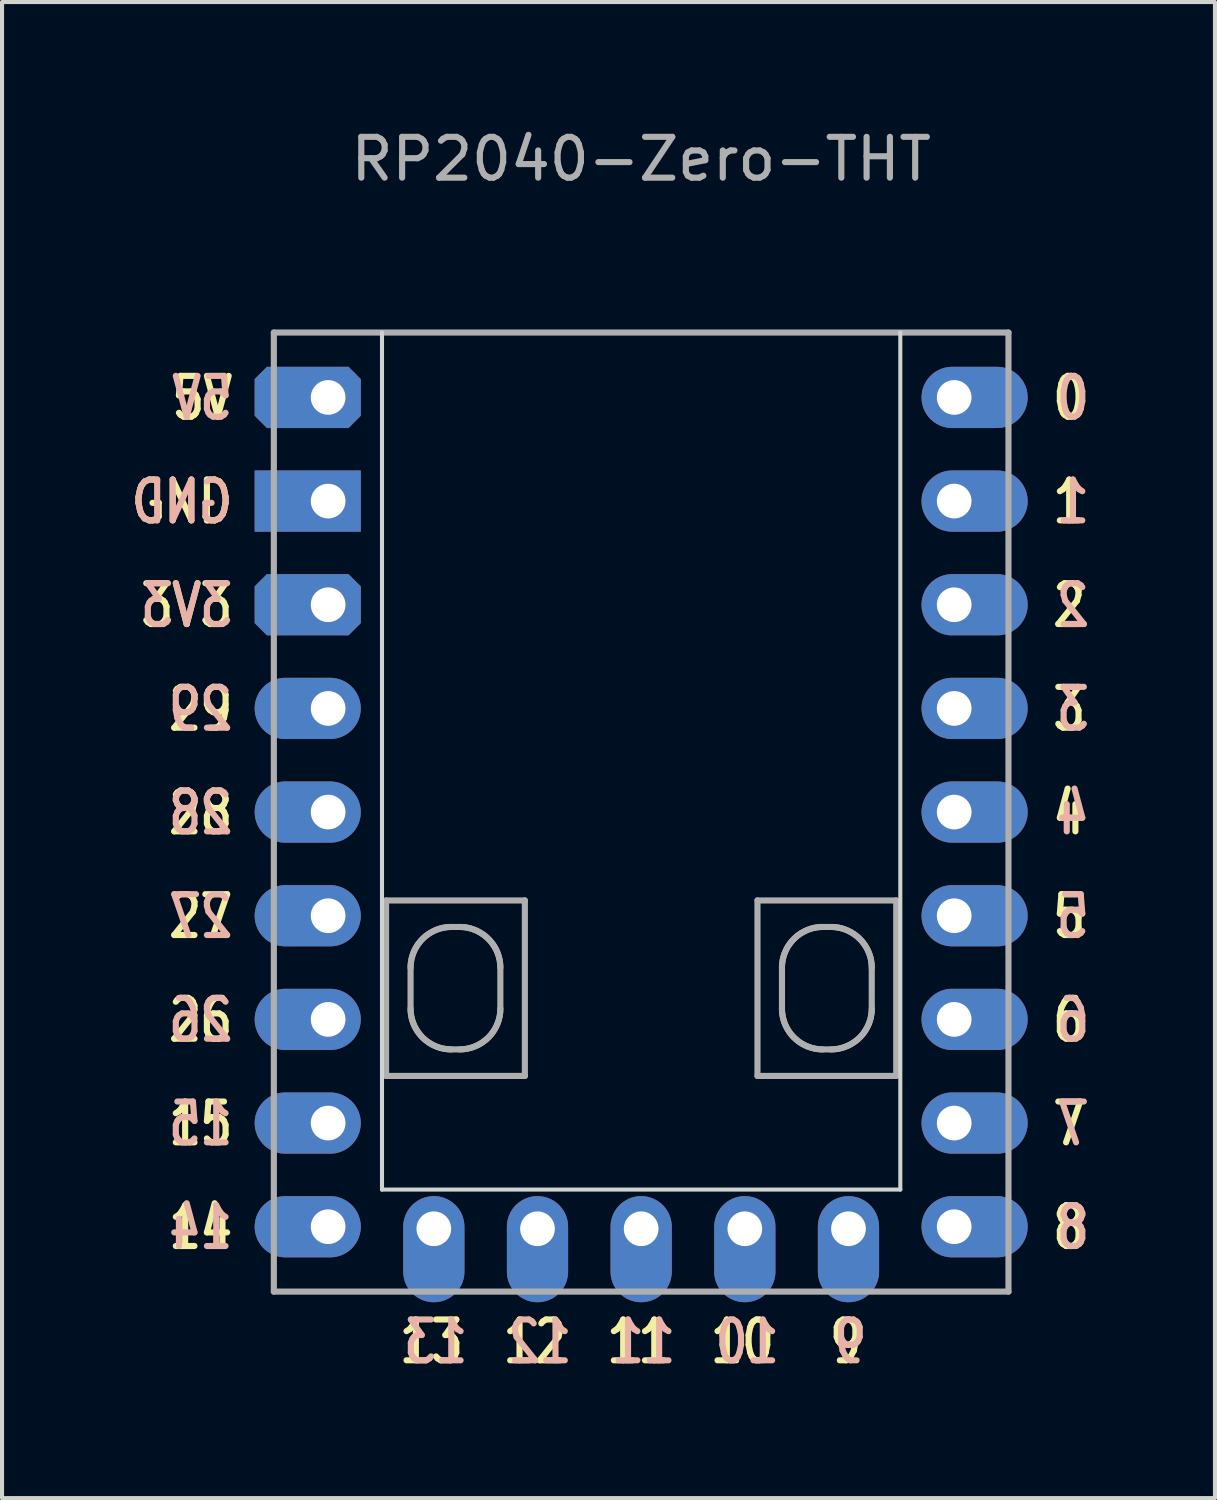
<source format=kicad_pcb>
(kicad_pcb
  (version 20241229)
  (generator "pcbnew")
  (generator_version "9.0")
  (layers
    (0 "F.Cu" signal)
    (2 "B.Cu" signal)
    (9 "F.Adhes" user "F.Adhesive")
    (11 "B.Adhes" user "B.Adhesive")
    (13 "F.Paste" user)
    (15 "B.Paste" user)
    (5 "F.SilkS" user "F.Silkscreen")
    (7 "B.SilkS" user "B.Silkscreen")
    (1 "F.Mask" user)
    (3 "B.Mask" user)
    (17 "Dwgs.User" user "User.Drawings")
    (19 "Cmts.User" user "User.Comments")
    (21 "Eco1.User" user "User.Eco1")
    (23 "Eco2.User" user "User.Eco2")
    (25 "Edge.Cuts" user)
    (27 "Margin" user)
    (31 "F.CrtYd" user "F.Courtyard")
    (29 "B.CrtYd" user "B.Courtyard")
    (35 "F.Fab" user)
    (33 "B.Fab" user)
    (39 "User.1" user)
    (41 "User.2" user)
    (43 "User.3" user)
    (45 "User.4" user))
  (footprint "RP2040-Zero-THT"
    (layer "F.Cu")
    (at 12.66 16.848)
    (property "Reference" "RP2040-Zero-THT" (at 0 -16 0) (layer "F.Fab") (effects (font (size 1 1) (thickness 0.15))))
    (attr through_hole exclude_from_pos_files)
    (fp_line (start -6.35 -11.75) (end -6.35 9.25) (stroke (width 0.1) (type solid)) (layer "Edge.Cuts"))
    (fp_line (start -6.35 9.25) (end 6.35 9.25) (stroke (width 0.1) (type solid)) (layer "Edge.Cuts"))
    (fp_line (start 6.35 9.25) (end 6.35 -11.75) (stroke (width 0.1) (type solid)) (layer "Edge.Cuts"))
    (fp_line (start -9 -11.75) (end 9 -11.75) (stroke (width 0.15) (type default)) (layer "F.Fab"))
    (fp_line (start -9 11.75) (end -9 -11.75) (stroke (width 0.15) (type default)) (layer "F.Fab"))
    (fp_line (start -9 11.75) (end 9 11.75) (stroke (width 0.15) (type default)) (layer "F.Fab"))
    (fp_line (start -6.25 2.165) (end -2.85 2.165) (stroke (width 0.15) (type default)) (layer "F.Fab"))
    (fp_line (start -6.25 6.465) (end -6.25 2.165) (stroke (width 0.15) (type default)) (layer "F.Fab"))
    (fp_line (start -5.65 3.815) (end -5.649 3.763) (stroke (width 0.15) (type default)) (layer "F.Fab"))
    (fp_line (start -5.65 4.815) (end -5.65 3.815) (stroke (width 0.15) (type default)) (layer "F.Fab"))
    (fp_line (start -5.649 3.763) (end -5.645 3.713) (stroke (width 0.15) (type default)) (layer "F.Fab"))
    (fp_line (start -5.649 4.866) (end -5.65 4.815) (stroke (width 0.15) (type default)) (layer "F.Fab"))
    (fp_line (start -5.645 3.713) (end -5.638 3.663) (stroke (width 0.15) (type default)) (layer "F.Fab"))
    (fp_line (start -5.645 4.917) (end -5.649 4.866) (stroke (width 0.15) (type default)) (layer "F.Fab"))
    (fp_line (start -5.638 3.663) (end -5.63 3.613) (stroke (width 0.15) (type default)) (layer "F.Fab"))
    (fp_line (start -5.638 4.967) (end -5.645 4.917) (stroke (width 0.15) (type default)) (layer "F.Fab"))
    (fp_line (start -5.63 3.613) (end -5.618 3.565) (stroke (width 0.15) (type default)) (layer "F.Fab"))
    (fp_line (start -5.63 5.016) (end -5.638 4.967) (stroke (width 0.15) (type default)) (layer "F.Fab"))
    (fp_line (start -5.618 3.565) (end -5.605 3.518) (stroke (width 0.15) (type default)) (layer "F.Fab"))
    (fp_line (start -5.618 5.065) (end -5.63 5.016) (stroke (width 0.15) (type default)) (layer "F.Fab"))
    (fp_line (start -5.605 3.518) (end -5.589 3.471) (stroke (width 0.15) (type default)) (layer "F.Fab"))
    (fp_line (start -5.605 5.112) (end -5.618 5.065) (stroke (width 0.15) (type default)) (layer "F.Fab"))
    (fp_line (start -5.589 3.471) (end -5.571 3.426) (stroke (width 0.15) (type default)) (layer "F.Fab"))
    (fp_line (start -5.589 5.159) (end -5.605 5.112) (stroke (width 0.15) (type default)) (layer "F.Fab"))
    (fp_line (start -5.571 3.426) (end -5.551 3.381) (stroke (width 0.15) (type default)) (layer "F.Fab"))
    (fp_line (start -5.571 5.204) (end -5.589 5.159) (stroke (width 0.15) (type default)) (layer "F.Fab"))
    (fp_line (start -5.551 3.381) (end -5.529 3.338) (stroke (width 0.15) (type default)) (layer "F.Fab"))
    (fp_line (start -5.551 5.248) (end -5.571 5.204) (stroke (width 0.15) (type default)) (layer "F.Fab"))
    (fp_line (start -5.529 3.338) (end -5.505 3.296) (stroke (width 0.15) (type default)) (layer "F.Fab"))
    (fp_line (start -5.529 5.291) (end -5.551 5.248) (stroke (width 0.15) (type default)) (layer "F.Fab"))
    (fp_line (start -5.505 3.296) (end -5.479 3.256) (stroke (width 0.15) (type default)) (layer "F.Fab"))
    (fp_line (start -5.505 5.333) (end -5.529 5.291) (stroke (width 0.15) (type default)) (layer "F.Fab"))
    (fp_line (start -5.479 3.256) (end -5.451 3.217) (stroke (width 0.15) (type default)) (layer "F.Fab"))
    (fp_line (start -5.479 5.374) (end -5.505 5.333) (stroke (width 0.15) (type default)) (layer "F.Fab"))
    (fp_line (start -5.451 3.217) (end -5.421 3.179) (stroke (width 0.15) (type default)) (layer "F.Fab"))
    (fp_line (start -5.451 5.413) (end -5.479 5.374) (stroke (width 0.15) (type default)) (layer "F.Fab"))
    (fp_line (start -5.421 3.179) (end -5.39 3.143) (stroke (width 0.15) (type default)) (layer "F.Fab"))
    (fp_line (start -5.421 5.451) (end -5.451 5.413) (stroke (width 0.15) (type default)) (layer "F.Fab"))
    (fp_line (start -5.39 3.143) (end -5.357 3.108) (stroke (width 0.15) (type default)) (layer "F.Fab"))
    (fp_line (start -5.39 5.487) (end -5.421 5.451) (stroke (width 0.15) (type default)) (layer "F.Fab"))
    (fp_line (start -5.357 3.108) (end -5.322 3.075) (stroke (width 0.15) (type default)) (layer "F.Fab"))
    (fp_line (start -5.357 5.522) (end -5.39 5.487) (stroke (width 0.15) (type default)) (layer "F.Fab"))
    (fp_line (start -5.322 3.075) (end -5.286 3.043) (stroke (width 0.15) (type default)) (layer "F.Fab"))
    (fp_line (start -5.322 5.555) (end -5.357 5.522) (stroke (width 0.15) (type default)) (layer "F.Fab"))
    (fp_line (start -5.286 3.043) (end -5.248 3.014) (stroke (width 0.15) (type default)) (layer "F.Fab"))
    (fp_line (start -5.286 5.586) (end -5.322 5.555) (stroke (width 0.15) (type default)) (layer "F.Fab"))
    (fp_line (start -5.248 3.014) (end -5.209 2.986) (stroke (width 0.15) (type default)) (layer "F.Fab"))
    (fp_line (start -5.248 5.616) (end -5.286 5.586) (stroke (width 0.15) (type default)) (layer "F.Fab"))
    (fp_line (start -5.209 2.986) (end -5.168 2.96) (stroke (width 0.15) (type default)) (layer "F.Fab"))
    (fp_line (start -5.209 5.644) (end -5.248 5.616) (stroke (width 0.15) (type default)) (layer "F.Fab"))
    (fp_line (start -5.168 2.96) (end -5.126 2.936) (stroke (width 0.15) (type default)) (layer "F.Fab"))
    (fp_line (start -5.168 5.67) (end -5.209 5.644) (stroke (width 0.15) (type default)) (layer "F.Fab"))
    (fp_line (start -5.126 2.936) (end -5.083 2.914) (stroke (width 0.15) (type default)) (layer "F.Fab"))
    (fp_line (start -5.126 5.694) (end -5.168 5.67) (stroke (width 0.15) (type default)) (layer "F.Fab"))
    (fp_line (start -5.083 2.914) (end -5.039 2.893) (stroke (width 0.15) (type default)) (layer "F.Fab"))
    (fp_line (start -5.083 5.716) (end -5.126 5.694) (stroke (width 0.15) (type default)) (layer "F.Fab"))
    (fp_line (start -5.039 2.893) (end -4.994 2.876) (stroke (width 0.15) (type default)) (layer "F.Fab"))
    (fp_line (start -5.039 5.736) (end -5.083 5.716) (stroke (width 0.15) (type default)) (layer "F.Fab"))
    (fp_line (start -4.994 2.876) (end -4.947 2.86) (stroke (width 0.15) (type default)) (layer "F.Fab"))
    (fp_line (start -4.994 5.754) (end -5.039 5.736) (stroke (width 0.15) (type default)) (layer "F.Fab"))
    (fp_line (start -4.947 2.86) (end -4.9 2.846) (stroke (width 0.15) (type default)) (layer "F.Fab"))
    (fp_line (start -4.947 5.77) (end -4.994 5.754) (stroke (width 0.15) (type default)) (layer "F.Fab"))
    (fp_line (start -4.9 2.846) (end -4.851 2.835) (stroke (width 0.15) (type default)) (layer "F.Fab"))
    (fp_line (start -4.9 5.783) (end -4.947 5.77) (stroke (width 0.15) (type default)) (layer "F.Fab"))
    (fp_line (start -4.851 2.835) (end -4.802 2.826) (stroke (width 0.15) (type default)) (layer "F.Fab"))
    (fp_line (start -4.851 5.795) (end -4.9 5.783) (stroke (width 0.15) (type default)) (layer "F.Fab"))
    (fp_line (start -4.802 2.826) (end -4.752 2.82) (stroke (width 0.15) (type default)) (layer "F.Fab"))
    (fp_line (start -4.802 5.803) (end -4.851 5.795) (stroke (width 0.15) (type default)) (layer "F.Fab"))
    (fp_line (start -4.752 2.82) (end -4.701 2.816) (stroke (width 0.15) (type default)) (layer "F.Fab"))
    (fp_line (start -4.752 5.81) (end -4.802 5.803) (stroke (width 0.15) (type default)) (layer "F.Fab"))
    (fp_line (start -4.701 2.816) (end -4.65 2.815) (stroke (width 0.15) (type default)) (layer "F.Fab"))
    (fp_line (start -4.701 5.814) (end -4.752 5.81) (stroke (width 0.15) (type default)) (layer "F.Fab"))
    (fp_line (start -4.65 2.815) (end -4.45 2.815) (stroke (width 0.15) (type default)) (layer "F.Fab"))
    (fp_line (start -4.65 5.815) (end -4.701 5.814) (stroke (width 0.15) (type default)) (layer "F.Fab"))
    (fp_line (start -4.45 2.815) (end -4.399 2.816) (stroke (width 0.15) (type default)) (layer "F.Fab"))
    (fp_line (start -4.45 5.815) (end -4.65 5.815) (stroke (width 0.15) (type default)) (layer "F.Fab"))
    (fp_line (start -4.399 2.816) (end -4.348 2.82) (stroke (width 0.15) (type default)) (layer "F.Fab"))
    (fp_line (start -4.399 5.814) (end -4.45 5.815) (stroke (width 0.15) (type default)) (layer "F.Fab"))
    (fp_line (start -4.348 2.82) (end -4.298 2.826) (stroke (width 0.15) (type default)) (layer "F.Fab"))
    (fp_line (start -4.348 5.81) (end -4.399 5.814) (stroke (width 0.15) (type default)) (layer "F.Fab"))
    (fp_line (start -4.298 2.826) (end -4.248 2.835) (stroke (width 0.15) (type default)) (layer "F.Fab"))
    (fp_line (start -4.298 5.803) (end -4.348 5.81) (stroke (width 0.15) (type default)) (layer "F.Fab"))
    (fp_line (start -4.248 2.835) (end -4.2 2.846) (stroke (width 0.15) (type default)) (layer "F.Fab"))
    (fp_line (start -4.248 5.795) (end -4.298 5.803) (stroke (width 0.15) (type default)) (layer "F.Fab"))
    (fp_line (start -4.2 2.846) (end -4.153 2.86) (stroke (width 0.15) (type default)) (layer "F.Fab"))
    (fp_line (start -4.2 5.783) (end -4.248 5.795) (stroke (width 0.15) (type default)) (layer "F.Fab"))
    (fp_line (start -4.153 2.86) (end -4.106 2.876) (stroke (width 0.15) (type default)) (layer "F.Fab"))
    (fp_line (start -4.153 5.77) (end -4.2 5.783) (stroke (width 0.15) (type default)) (layer "F.Fab"))
    (fp_line (start -4.106 2.876) (end -4.061 2.893) (stroke (width 0.15) (type default)) (layer "F.Fab"))
    (fp_line (start -4.106 5.754) (end -4.153 5.77) (stroke (width 0.15) (type default)) (layer "F.Fab"))
    (fp_line (start -4.061 2.893) (end -4.017 2.914) (stroke (width 0.15) (type default)) (layer "F.Fab"))
    (fp_line (start -4.061 5.736) (end -4.106 5.754) (stroke (width 0.15) (type default)) (layer "F.Fab"))
    (fp_line (start -4.017 2.914) (end -3.974 2.936) (stroke (width 0.15) (type default)) (layer "F.Fab"))
    (fp_line (start -4.017 5.716) (end -4.061 5.736) (stroke (width 0.15) (type default)) (layer "F.Fab"))
    (fp_line (start -3.974 2.936) (end -3.932 2.96) (stroke (width 0.15) (type default)) (layer "F.Fab"))
    (fp_line (start -3.974 5.694) (end -4.017 5.716) (stroke (width 0.15) (type default)) (layer "F.Fab"))
    (fp_line (start -3.932 2.96) (end -3.891 2.986) (stroke (width 0.15) (type default)) (layer "F.Fab"))
    (fp_line (start -3.932 5.67) (end -3.974 5.694) (stroke (width 0.15) (type default)) (layer "F.Fab"))
    (fp_line (start -3.891 2.986) (end -3.852 3.014) (stroke (width 0.15) (type default)) (layer "F.Fab"))
    (fp_line (start -3.891 5.644) (end -3.932 5.67) (stroke (width 0.15) (type default)) (layer "F.Fab"))
    (fp_line (start -3.852 3.014) (end -3.814 3.043) (stroke (width 0.15) (type default)) (layer "F.Fab"))
    (fp_line (start -3.852 5.616) (end -3.891 5.644) (stroke (width 0.15) (type default)) (layer "F.Fab"))
    (fp_line (start -3.814 3.043) (end -3.778 3.075) (stroke (width 0.15) (type default)) (layer "F.Fab"))
    (fp_line (start -3.814 5.586) (end -3.852 5.616) (stroke (width 0.15) (type default)) (layer "F.Fab"))
    (fp_line (start -3.778 3.075) (end -3.743 3.108) (stroke (width 0.15) (type default)) (layer "F.Fab"))
    (fp_line (start -3.778 5.555) (end -3.814 5.586) (stroke (width 0.15) (type default)) (layer "F.Fab"))
    (fp_line (start -3.743 3.108) (end -3.71 3.143) (stroke (width 0.15) (type default)) (layer "F.Fab"))
    (fp_line (start -3.743 5.522) (end -3.778 5.555) (stroke (width 0.15) (type default)) (layer "F.Fab"))
    (fp_line (start -3.71 3.143) (end -3.678 3.179) (stroke (width 0.15) (type default)) (layer "F.Fab"))
    (fp_line (start -3.71 5.487) (end -3.743 5.522) (stroke (width 0.15) (type default)) (layer "F.Fab"))
    (fp_line (start -3.678 3.179) (end -3.649 3.217) (stroke (width 0.15) (type default)) (layer "F.Fab"))
    (fp_line (start -3.678 5.451) (end -3.71 5.487) (stroke (width 0.15) (type default)) (layer "F.Fab"))
    (fp_line (start -3.649 3.217) (end -3.621 3.256) (stroke (width 0.15) (type default)) (layer "F.Fab"))
    (fp_line (start -3.649 5.413) (end -3.678 5.451) (stroke (width 0.15) (type default)) (layer "F.Fab"))
    (fp_line (start -3.621 3.256) (end -3.595 3.296) (stroke (width 0.15) (type default)) (layer "F.Fab"))
    (fp_line (start -3.621 5.374) (end -3.649 5.413) (stroke (width 0.15) (type default)) (layer "F.Fab"))
    (fp_line (start -3.595 3.296) (end -3.571 3.338) (stroke (width 0.15) (type default)) (layer "F.Fab"))
    (fp_line (start -3.595 5.333) (end -3.621 5.374) (stroke (width 0.15) (type default)) (layer "F.Fab"))
    (fp_line (start -3.571 3.338) (end -3.549 3.381) (stroke (width 0.15) (type default)) (layer "F.Fab"))
    (fp_line (start -3.571 5.291) (end -3.595 5.333) (stroke (width 0.15) (type default)) (layer "F.Fab"))
    (fp_line (start -3.549 3.381) (end -3.529 3.426) (stroke (width 0.15) (type default)) (layer "F.Fab"))
    (fp_line (start -3.549 5.248) (end -3.571 5.291) (stroke (width 0.15) (type default)) (layer "F.Fab"))
    (fp_line (start -3.529 3.426) (end -3.511 3.471) (stroke (width 0.15) (type default)) (layer "F.Fab"))
    (fp_line (start -3.529 5.204) (end -3.549 5.248) (stroke (width 0.15) (type default)) (layer "F.Fab"))
    (fp_line (start -3.511 3.471) (end -3.495 3.518) (stroke (width 0.15) (type default)) (layer "F.Fab"))
    (fp_line (start -3.511 5.159) (end -3.529 5.204) (stroke (width 0.15) (type default)) (layer "F.Fab"))
    (fp_line (start -3.495 3.518) (end -3.482 3.565) (stroke (width 0.15) (type default)) (layer "F.Fab"))
    (fp_line (start -3.495 5.112) (end -3.511 5.159) (stroke (width 0.15) (type default)) (layer "F.Fab"))
    (fp_line (start -3.482 3.565) (end -3.47 3.613) (stroke (width 0.15) (type default)) (layer "F.Fab"))
    (fp_line (start -3.482 5.065) (end -3.495 5.112) (stroke (width 0.15) (type default)) (layer "F.Fab"))
    (fp_line (start -3.47 3.613) (end -3.462 3.663) (stroke (width 0.15) (type default)) (layer "F.Fab"))
    (fp_line (start -3.47 5.016) (end -3.482 5.065) (stroke (width 0.15) (type default)) (layer "F.Fab"))
    (fp_line (start -3.462 3.663) (end -3.455 3.713) (stroke (width 0.15) (type default)) (layer "F.Fab"))
    (fp_line (start -3.462 4.967) (end -3.47 5.016) (stroke (width 0.15) (type default)) (layer "F.Fab"))
    (fp_line (start -3.455 3.713) (end -3.451 3.763) (stroke (width 0.15) (type default)) (layer "F.Fab"))
    (fp_line (start -3.455 4.917) (end -3.462 4.967) (stroke (width 0.15) (type default)) (layer "F.Fab"))
    (fp_line (start -3.451 3.763) (end -3.45 3.815) (stroke (width 0.15) (type default)) (layer "F.Fab"))
    (fp_line (start -3.451 4.866) (end -3.455 4.917) (stroke (width 0.15) (type default)) (layer "F.Fab"))
    (fp_line (start -3.45 3.815) (end -3.45 4.815) (stroke (width 0.15) (type default)) (layer "F.Fab"))
    (fp_line (start -3.45 4.815) (end -3.451 4.866) (stroke (width 0.15) (type default)) (layer "F.Fab"))
    (fp_line (start -2.85 2.165) (end -2.85 6.465) (stroke (width 0.15) (type default)) (layer "F.Fab"))
    (fp_line (start -2.85 6.465) (end -6.25 6.465) (stroke (width 0.15) (type default)) (layer "F.Fab"))
    (fp_line (start 2.85 2.165) (end 6.25 2.165) (stroke (width 0.15) (type default)) (layer "F.Fab"))
    (fp_line (start 2.85 6.465) (end 2.85 2.165) (stroke (width 0.15) (type default)) (layer "F.Fab"))
    (fp_line (start 3.45 3.815) (end 3.451 3.763) (stroke (width 0.15) (type default)) (layer "F.Fab"))
    (fp_line (start 3.45 4.815) (end 3.45 3.815) (stroke (width 0.15) (type default)) (layer "F.Fab"))
    (fp_line (start 3.451 3.763) (end 3.455 3.713) (stroke (width 0.15) (type default)) (layer "F.Fab"))
    (fp_line (start 3.451 4.866) (end 3.45 4.815) (stroke (width 0.15) (type default)) (layer "F.Fab"))
    (fp_line (start 3.455 3.713) (end 3.462 3.663) (stroke (width 0.15) (type default)) (layer "F.Fab"))
    (fp_line (start 3.455 4.917) (end 3.451 4.866) (stroke (width 0.15) (type default)) (layer "F.Fab"))
    (fp_line (start 3.462 3.663) (end 3.47 3.613) (stroke (width 0.15) (type default)) (layer "F.Fab"))
    (fp_line (start 3.462 4.967) (end 3.455 4.917) (stroke (width 0.15) (type default)) (layer "F.Fab"))
    (fp_line (start 3.47 3.613) (end 3.482 3.565) (stroke (width 0.15) (type default)) (layer "F.Fab"))
    (fp_line (start 3.47 5.016) (end 3.462 4.967) (stroke (width 0.15) (type default)) (layer "F.Fab"))
    (fp_line (start 3.482 3.565) (end 3.495 3.518) (stroke (width 0.15) (type default)) (layer "F.Fab"))
    (fp_line (start 3.482 5.065) (end 3.47 5.016) (stroke (width 0.15) (type default)) (layer "F.Fab"))
    (fp_line (start 3.495 3.518) (end 3.511 3.471) (stroke (width 0.15) (type default)) (layer "F.Fab"))
    (fp_line (start 3.495 5.112) (end 3.482 5.065) (stroke (width 0.15) (type default)) (layer "F.Fab"))
    (fp_line (start 3.511 3.471) (end 3.529 3.426) (stroke (width 0.15) (type default)) (layer "F.Fab"))
    (fp_line (start 3.511 5.159) (end 3.495 5.112) (stroke (width 0.15) (type default)) (layer "F.Fab"))
    (fp_line (start 3.529 3.426) (end 3.549 3.381) (stroke (width 0.15) (type default)) (layer "F.Fab"))
    (fp_line (start 3.529 5.204) (end 3.511 5.159) (stroke (width 0.15) (type default)) (layer "F.Fab"))
    (fp_line (start 3.549 3.381) (end 3.571 3.338) (stroke (width 0.15) (type default)) (layer "F.Fab"))
    (fp_line (start 3.549 5.248) (end 3.529 5.204) (stroke (width 0.15) (type default)) (layer "F.Fab"))
    (fp_line (start 3.571 3.338) (end 3.595 3.296) (stroke (width 0.15) (type default)) (layer "F.Fab"))
    (fp_line (start 3.571 5.291) (end 3.549 5.248) (stroke (width 0.15) (type default)) (layer "F.Fab"))
    (fp_line (start 3.595 3.296) (end 3.621 3.256) (stroke (width 0.15) (type default)) (layer "F.Fab"))
    (fp_line (start 3.595 5.333) (end 3.571 5.291) (stroke (width 0.15) (type default)) (layer "F.Fab"))
    (fp_line (start 3.621 3.256) (end 3.649 3.217) (stroke (width 0.15) (type default)) (layer "F.Fab"))
    (fp_line (start 3.621 5.374) (end 3.595 5.333) (stroke (width 0.15) (type default)) (layer "F.Fab"))
    (fp_line (start 3.649 3.217) (end 3.679 3.179) (stroke (width 0.15) (type default)) (layer "F.Fab"))
    (fp_line (start 3.649 5.413) (end 3.621 5.374) (stroke (width 0.15) (type default)) (layer "F.Fab"))
    (fp_line (start 3.679 3.179) (end 3.71 3.143) (stroke (width 0.15) (type default)) (layer "F.Fab"))
    (fp_line (start 3.679 5.451) (end 3.649 5.413) (stroke (width 0.15) (type default)) (layer "F.Fab"))
    (fp_line (start 3.71 3.143) (end 3.743 3.108) (stroke (width 0.15) (type default)) (layer "F.Fab"))
    (fp_line (start 3.71 5.487) (end 3.679 5.451) (stroke (width 0.15) (type default)) (layer "F.Fab"))
    (fp_line (start 3.743 3.108) (end 3.778 3.075) (stroke (width 0.15) (type default)) (layer "F.Fab"))
    (fp_line (start 3.743 5.522) (end 3.71 5.487) (stroke (width 0.15) (type default)) (layer "F.Fab"))
    (fp_line (start 3.778 3.075) (end 3.814 3.043) (stroke (width 0.15) (type default)) (layer "F.Fab"))
    (fp_line (start 3.778 5.555) (end 3.743 5.522) (stroke (width 0.15) (type default)) (layer "F.Fab"))
    (fp_line (start 3.814 3.043) (end 3.852 3.014) (stroke (width 0.15) (type default)) (layer "F.Fab"))
    (fp_line (start 3.814 5.586) (end 3.778 5.555) (stroke (width 0.15) (type default)) (layer "F.Fab"))
    (fp_line (start 3.852 3.014) (end 3.891 2.986) (stroke (width 0.15) (type default)) (layer "F.Fab"))
    (fp_line (start 3.852 5.616) (end 3.814 5.586) (stroke (width 0.15) (type default)) (layer "F.Fab"))
    (fp_line (start 3.891 2.986) (end 3.932 2.96) (stroke (width 0.15) (type default)) (layer "F.Fab"))
    (fp_line (start 3.891 5.644) (end 3.852 5.616) (stroke (width 0.15) (type default)) (layer "F.Fab"))
    (fp_line (start 3.932 2.96) (end 3.974 2.936) (stroke (width 0.15) (type default)) (layer "F.Fab"))
    (fp_line (start 3.932 5.67) (end 3.891 5.644) (stroke (width 0.15) (type default)) (layer "F.Fab"))
    (fp_line (start 3.974 2.936) (end 4.017 2.914) (stroke (width 0.15) (type default)) (layer "F.Fab"))
    (fp_line (start 3.974 5.694) (end 3.932 5.67) (stroke (width 0.15) (type default)) (layer "F.Fab"))
    (fp_line (start 4.017 2.914) (end 4.061 2.893) (stroke (width 0.15) (type default)) (layer "F.Fab"))
    (fp_line (start 4.017 5.716) (end 3.974 5.694) (stroke (width 0.15) (type default)) (layer "F.Fab"))
    (fp_line (start 4.061 2.893) (end 4.106 2.876) (stroke (width 0.15) (type default)) (layer "F.Fab"))
    (fp_line (start 4.061 5.736) (end 4.017 5.716) (stroke (width 0.15) (type default)) (layer "F.Fab"))
    (fp_line (start 4.106 2.876) (end 4.153 2.86) (stroke (width 0.15) (type default)) (layer "F.Fab"))
    (fp_line (start 4.106 5.754) (end 4.061 5.736) (stroke (width 0.15) (type default)) (layer "F.Fab"))
    (fp_line (start 4.153 2.86) (end 4.2 2.846) (stroke (width 0.15) (type default)) (layer "F.Fab"))
    (fp_line (start 4.153 5.77) (end 4.106 5.754) (stroke (width 0.15) (type default)) (layer "F.Fab"))
    (fp_line (start 4.2 2.846) (end 4.249 2.835) (stroke (width 0.15) (type default)) (layer "F.Fab"))
    (fp_line (start 4.2 5.783) (end 4.153 5.77) (stroke (width 0.15) (type default)) (layer "F.Fab"))
    (fp_line (start 4.249 2.835) (end 4.298 2.826) (stroke (width 0.15) (type default)) (layer "F.Fab"))
    (fp_line (start 4.249 5.795) (end 4.2 5.783) (stroke (width 0.15) (type default)) (layer "F.Fab"))
    (fp_line (start 4.298 2.826) (end 4.348 2.82) (stroke (width 0.15) (type default)) (layer "F.Fab"))
    (fp_line (start 4.298 5.803) (end 4.249 5.795) (stroke (width 0.15) (type default)) (layer "F.Fab"))
    (fp_line (start 4.348 2.82) (end 4.399 2.816) (stroke (width 0.15) (type default)) (layer "F.Fab"))
    (fp_line (start 4.348 5.81) (end 4.298 5.803) (stroke (width 0.15) (type default)) (layer "F.Fab"))
    (fp_line (start 4.399 2.816) (end 4.45 2.815) (stroke (width 0.15) (type default)) (layer "F.Fab"))
    (fp_line (start 4.399 5.814) (end 4.348 5.81) (stroke (width 0.15) (type default)) (layer "F.Fab"))
    (fp_line (start 4.45 2.815) (end 4.65 2.815) (stroke (width 0.15) (type default)) (layer "F.Fab"))
    (fp_line (start 4.45 5.815) (end 4.399 5.814) (stroke (width 0.15) (type default)) (layer "F.Fab"))
    (fp_line (start 4.65 2.815) (end 4.702 2.816) (stroke (width 0.15) (type default)) (layer "F.Fab"))
    (fp_line (start 4.65 5.815) (end 4.45 5.815) (stroke (width 0.15) (type default)) (layer "F.Fab"))
    (fp_line (start 4.702 2.816) (end 4.752 2.82) (stroke (width 0.15) (type default)) (layer "F.Fab"))
    (fp_line (start 4.702 5.814) (end 4.65 5.815) (stroke (width 0.15) (type default)) (layer "F.Fab"))
    (fp_line (start 4.752 2.82) (end 4.802 2.826) (stroke (width 0.15) (type default)) (layer "F.Fab"))
    (fp_line (start 4.752 5.81) (end 4.702 5.814) (stroke (width 0.15) (type default)) (layer "F.Fab"))
    (fp_line (start 4.802 2.826) (end 4.851 2.835) (stroke (width 0.15) (type default)) (layer "F.Fab"))
    (fp_line (start 4.802 5.803) (end 4.752 5.81) (stroke (width 0.15) (type default)) (layer "F.Fab"))
    (fp_line (start 4.851 2.835) (end 4.9 2.846) (stroke (width 0.15) (type default)) (layer "F.Fab"))
    (fp_line (start 4.851 5.795) (end 4.802 5.803) (stroke (width 0.15) (type default)) (layer "F.Fab"))
    (fp_line (start 4.9 2.846) (end 4.947 2.86) (stroke (width 0.15) (type default)) (layer "F.Fab"))
    (fp_line (start 4.9 5.783) (end 4.851 5.795) (stroke (width 0.15) (type default)) (layer "F.Fab"))
    (fp_line (start 4.947 2.86) (end 4.994 2.876) (stroke (width 0.15) (type default)) (layer "F.Fab"))
    (fp_line (start 4.947 5.77) (end 4.9 5.783) (stroke (width 0.15) (type default)) (layer "F.Fab"))
    (fp_line (start 4.994 2.876) (end 5.039 2.893) (stroke (width 0.15) (type default)) (layer "F.Fab"))
    (fp_line (start 4.994 5.754) (end 4.947 5.77) (stroke (width 0.15) (type default)) (layer "F.Fab"))
    (fp_line (start 5.039 2.893) (end 5.083 2.914) (stroke (width 0.15) (type default)) (layer "F.Fab"))
    (fp_line (start 5.039 5.736) (end 4.994 5.754) (stroke (width 0.15) (type default)) (layer "F.Fab"))
    (fp_line (start 5.083 2.914) (end 5.127 2.936) (stroke (width 0.15) (type default)) (layer "F.Fab"))
    (fp_line (start 5.083 5.716) (end 5.039 5.736) (stroke (width 0.15) (type default)) (layer "F.Fab"))
    (fp_line (start 5.127 2.936) (end 5.168 2.96) (stroke (width 0.15) (type default)) (layer "F.Fab"))
    (fp_line (start 5.127 5.694) (end 5.083 5.716) (stroke (width 0.15) (type default)) (layer "F.Fab"))
    (fp_line (start 5.168 2.96) (end 5.209 2.986) (stroke (width 0.15) (type default)) (layer "F.Fab"))
    (fp_line (start 5.168 5.67) (end 5.127 5.694) (stroke (width 0.15) (type default)) (layer "F.Fab"))
    (fp_line (start 5.209 2.986) (end 5.248 3.014) (stroke (width 0.15) (type default)) (layer "F.Fab"))
    (fp_line (start 5.209 5.644) (end 5.168 5.67) (stroke (width 0.15) (type default)) (layer "F.Fab"))
    (fp_line (start 5.248 3.014) (end 5.286 3.043) (stroke (width 0.15) (type default)) (layer "F.Fab"))
    (fp_line (start 5.248 5.616) (end 5.209 5.644) (stroke (width 0.15) (type default)) (layer "F.Fab"))
    (fp_line (start 5.286 3.043) (end 5.322 3.075) (stroke (width 0.15) (type default)) (layer "F.Fab"))
    (fp_line (start 5.286 5.586) (end 5.248 5.616) (stroke (width 0.15) (type default)) (layer "F.Fab"))
    (fp_line (start 5.322 3.075) (end 5.357 3.108) (stroke (width 0.15) (type default)) (layer "F.Fab"))
    (fp_line (start 5.322 5.555) (end 5.286 5.586) (stroke (width 0.15) (type default)) (layer "F.Fab"))
    (fp_line (start 5.357 3.108) (end 5.39 3.143) (stroke (width 0.15) (type default)) (layer "F.Fab"))
    (fp_line (start 5.357 5.522) (end 5.322 5.555) (stroke (width 0.15) (type default)) (layer "F.Fab"))
    (fp_line (start 5.39 3.143) (end 5.422 3.179) (stroke (width 0.15) (type default)) (layer "F.Fab"))
    (fp_line (start 5.39 5.487) (end 5.357 5.522) (stroke (width 0.15) (type default)) (layer "F.Fab"))
    (fp_line (start 5.422 3.179) (end 5.451 3.217) (stroke (width 0.15) (type default)) (layer "F.Fab"))
    (fp_line (start 5.422 5.451) (end 5.39 5.487) (stroke (width 0.15) (type default)) (layer "F.Fab"))
    (fp_line (start 5.451 3.217) (end 5.479 3.256) (stroke (width 0.15) (type default)) (layer "F.Fab"))
    (fp_line (start 5.451 5.413) (end 5.422 5.451) (stroke (width 0.15) (type default)) (layer "F.Fab"))
    (fp_line (start 5.479 3.256) (end 5.505 3.296) (stroke (width 0.15) (type default)) (layer "F.Fab"))
    (fp_line (start 5.479 5.374) (end 5.451 5.413) (stroke (width 0.15) (type default)) (layer "F.Fab"))
    (fp_line (start 5.505 3.296) (end 5.529 3.338) (stroke (width 0.15) (type default)) (layer "F.Fab"))
    (fp_line (start 5.505 5.333) (end 5.479 5.374) (stroke (width 0.15) (type default)) (layer "F.Fab"))
    (fp_line (start 5.529 3.338) (end 5.551 3.381) (stroke (width 0.15) (type default)) (layer "F.Fab"))
    (fp_line (start 5.529 5.291) (end 5.505 5.333) (stroke (width 0.15) (type default)) (layer "F.Fab"))
    (fp_line (start 5.551 3.381) (end 5.571 3.426) (stroke (width 0.15) (type default)) (layer "F.Fab"))
    (fp_line (start 5.551 5.248) (end 5.529 5.291) (stroke (width 0.15) (type default)) (layer "F.Fab"))
    (fp_line (start 5.571 3.426) (end 5.589 3.471) (stroke (width 0.15) (type default)) (layer "F.Fab"))
    (fp_line (start 5.571 5.204) (end 5.551 5.248) (stroke (width 0.15) (type default)) (layer "F.Fab"))
    (fp_line (start 5.589 3.471) (end 5.605 3.518) (stroke (width 0.15) (type default)) (layer "F.Fab"))
    (fp_line (start 5.589 5.159) (end 5.571 5.204) (stroke (width 0.15) (type default)) (layer "F.Fab"))
    (fp_line (start 5.605 3.518) (end 5.619 3.565) (stroke (width 0.15) (type default)) (layer "F.Fab"))
    (fp_line (start 5.605 5.112) (end 5.589 5.159) (stroke (width 0.15) (type default)) (layer "F.Fab"))
    (fp_line (start 5.619 3.565) (end 5.63 3.613) (stroke (width 0.15) (type default)) (layer "F.Fab"))
    (fp_line (start 5.619 5.065) (end 5.605 5.112) (stroke (width 0.15) (type default)) (layer "F.Fab"))
    (fp_line (start 5.63 3.613) (end 5.638 3.663) (stroke (width 0.15) (type default)) (layer "F.Fab"))
    (fp_line (start 5.63 5.016) (end 5.619 5.065) (stroke (width 0.15) (type default)) (layer "F.Fab"))
    (fp_line (start 5.638 3.663) (end 5.645 3.713) (stroke (width 0.15) (type default)) (layer "F.Fab"))
    (fp_line (start 5.638 4.967) (end 5.63 5.016) (stroke (width 0.15) (type default)) (layer "F.Fab"))
    (fp_line (start 5.645 3.713) (end 5.649 3.763) (stroke (width 0.15) (type default)) (layer "F.Fab"))
    (fp_line (start 5.645 4.917) (end 5.638 4.967) (stroke (width 0.15) (type default)) (layer "F.Fab"))
    (fp_line (start 5.649 3.763) (end 5.65 3.815) (stroke (width 0.15) (type default)) (layer "F.Fab"))
    (fp_line (start 5.649 4.866) (end 5.645 4.917) (stroke (width 0.15) (type default)) (layer "F.Fab"))
    (fp_line (start 5.65 3.815) (end 5.65 4.815) (stroke (width 0.15) (type default)) (layer "F.Fab"))
    (fp_line (start 5.65 4.815) (end 5.649 4.866) (stroke (width 0.15) (type default)) (layer "F.Fab"))
    (fp_line (start 6.25 2.165) (end 6.25 6.465) (stroke (width 0.15) (type default)) (layer "F.Fab"))
    (fp_line (start 6.25 6.465) (end 2.85 6.465) (stroke (width 0.15) (type default)) (layer "F.Fab"))
    (fp_line (start 9 11.75) (end 9 -11.75) (stroke (width 0.15) (type default)) (layer "F.Fab"))
    (fp_text user "10" (at 1.62 13.563 0) (unlocked yes) (layer "F.SilkS") (effects (font (size 1 0.8) (thickness 0.15)) (justify left bottom)))
    (fp_text user "26" (at -9.932 5.682 0) (unlocked yes) (layer "F.SilkS") (effects (font (size 1 0.8) (thickness 0.15)) (justify right bottom)))
    (fp_text user "7" (at 10.008 8.222 0) (unlocked yes) (layer "F.SilkS") (effects (font (size 1 0.8) (thickness 0.15)) (justify left bottom)))
    (fp_text user "2" (at 10.008 -4.478 0) (unlocked yes) (layer "F.SilkS") (effects (font (size 1 0.8) (thickness 0.15)) (justify left bottom)))
    (fp_text user "5V" (at -9.932 -9.558 0) (unlocked yes) (layer "F.SilkS") (effects (font (size 1 0.8) (thickness 0.15)) (justify right bottom)))
    (fp_text user "9" (at 4.541 13.563 0) (unlocked yes) (layer "F.SilkS") (effects (font (size 1 0.8) (thickness 0.15)) (justify left bottom)))
    (fp_text user "13" (at -6 13.563 0) (unlocked yes) (layer "F.SilkS") (effects (font (size 1 0.8) (thickness 0.15)) (justify left bottom)))
    (fp_text user "5" (at 10.008 3.142 0) (unlocked yes) (layer "F.SilkS") (effects (font (size 1 0.8) (thickness 0.15)) (justify left bottom)))
    (fp_text user "27" (at -9.932 3.142 0) (unlocked yes) (layer "F.SilkS") (effects (font (size 1 0.8) (thickness 0.15)) (justify right bottom)))
    (fp_text user "28" (at -9.932 0.602 0) (unlocked yes) (layer "F.SilkS") (effects (font (size 1 0.8) (thickness 0.15)) (justify right bottom)))
    (fp_text user "15" (at -9.932 8.222 0) (unlocked yes) (layer "F.SilkS") (effects (font (size 1 0.8) (thickness 0.15)) (justify right bottom)))
    (fp_text user "11" (at -0.92 13.563 0) (unlocked yes) (layer "F.SilkS") (effects (font (size 1 0.8) (thickness 0.15)) (justify left bottom)))
    (fp_text user "GND" (at -9.932 -7.018 0) (unlocked yes) (layer "F.SilkS") (effects (font (size 1 0.8) (thickness 0.15)) (justify right bottom)))
    (fp_text user "6" (at 10.008 5.682 0) (unlocked yes) (layer "F.SilkS") (effects (font (size 1 0.8) (thickness 0.15)) (justify left bottom)))
    (fp_text user "14" (at -9.932 10.762 0) (unlocked yes) (layer "F.SilkS") (effects (font (size 1 0.8) (thickness 0.15)) (justify right bottom)))
    (fp_text user "0" (at 10.008 -9.558 0) (unlocked yes) (layer "F.SilkS") (effects (font (size 1 0.8) (thickness 0.15)) (justify left bottom)))
    (fp_text user "4" (at 10.008 0.602 0) (unlocked yes) (layer "F.SilkS") (effects (font (size 1 0.8) (thickness 0.15)) (justify left bottom)))
    (fp_text user "12" (at -3.46 13.563 0) (unlocked yes) (layer "F.SilkS") (effects (font (size 1 0.8) (thickness 0.15)) (justify left bottom)))
    (fp_text user "8" (at 10.008 10.762 0) (unlocked yes) (layer "F.SilkS") (effects (font (size 1 0.8) (thickness 0.15)) (justify left bottom)))
    (fp_text user "3" (at 10.008 -1.938 0) (unlocked yes) (layer "F.SilkS") (effects (font (size 1 0.8) (thickness 0.15)) (justify left bottom)))
    (fp_text user "3V3" (at -9.932 -4.478 0) (unlocked yes) (layer "F.SilkS") (effects (font (size 1 0.8) (thickness 0.15)) (justify right bottom)))
    (fp_text user "1" (at 10.008 -7.018 0) (unlocked yes) (layer "F.SilkS") (effects (font (size 1 0.8) (thickness 0.15)) (justify left bottom)))
    (fp_text user "29" (at -9.932 -1.938 0) (unlocked yes) (layer "F.SilkS") (effects (font (size 1 0.8) (thickness 0.15)) (justify right bottom)))
    (fp_text user "29" (at -9.932 -1.938 0) (unlocked yes) (layer "B.SilkS") (effects (font (size 1 0.8) (thickness 0.15)) (justify left bottom mirror)))
    (fp_text user "9" (at 5.606 13.563 0) (unlocked yes) (layer "B.SilkS") (effects (font (size 1 0.8) (thickness 0.15)) (justify left bottom mirror)))
    (fp_text user "12" (at -1.62 13.563 0) (unlocked yes) (layer "B.SilkS") (effects (font (size 1 0.8) (thickness 0.15)) (justify left bottom mirror)))
    (fp_text user "10" (at 3.46 13.563 0) (unlocked yes) (layer "B.SilkS") (effects (font (size 1 0.8) (thickness 0.15)) (justify left bottom mirror)))
    (fp_text user "8" (at 11.06 10.762 0) (unlocked yes) (layer "B.SilkS") (effects (font (size 1 0.8) (thickness 0.15)) (justify left bottom mirror)))
    (fp_text user "2" (at 11.06 -4.478 0) (unlocked yes) (layer "B.SilkS") (effects (font (size 1 0.8) (thickness 0.15)) (justify left bottom mirror)))
    (fp_text user "14" (at -9.932 10.762 0) (unlocked yes) (layer "B.SilkS") (effects (font (size 1 0.8) (thickness 0.15)) (justify left bottom mirror)))
    (fp_text user "3" (at 11.06 -1.938 0) (unlocked yes) (layer "B.SilkS") (effects (font (size 1 0.8) (thickness 0.15)) (justify left bottom mirror)))
    (fp_text user "27" (at -9.932 3.142 0) (unlocked yes) (layer "B.SilkS") (effects (font (size 1 0.8) (thickness 0.15)) (justify left bottom mirror)))
    (fp_text user "1" (at 11.06 -7.018 0) (unlocked yes) (layer "B.SilkS") (effects (font (size 1 0.8) (thickness 0.15)) (justify left bottom mirror)))
    (fp_text user "GND" (at -9.932 -7.018 0) (unlocked yes) (layer "B.SilkS") (effects (font (size 1 0.8) (thickness 0.15)) (justify left bottom mirror)))
    (fp_text user "3V3" (at -9.932 -4.478 0) (unlocked yes) (layer "B.SilkS") (effects (font (size 1 0.8) (thickness 0.15)) (justify left bottom mirror)))
    (fp_text user "15" (at -9.932 8.222 0) (unlocked yes) (layer "B.SilkS") (effects (font (size 1 0.8) (thickness 0.15)) (justify left bottom mirror)))
    (fp_text user "6" (at 11.06 5.682 0) (unlocked yes) (layer "B.SilkS") (effects (font (size 1 0.8) (thickness 0.15)) (justify left bottom mirror)))
    (fp_text user "26" (at -9.932 5.682 0) (unlocked yes) (layer "B.SilkS") (effects (font (size 1 0.8) (thickness 0.15)) (justify left bottom mirror)))
    (fp_text user "11" (at 0.92 13.563 0) (unlocked yes) (layer "B.SilkS") (effects (font (size 1 0.8) (thickness 0.15)) (justify left bottom mirror)))
    (fp_text user "7" (at 11.06 8.222 0) (unlocked yes) (layer "B.SilkS") (effects (font (size 1 0.8) (thickness 0.15)) (justify left bottom mirror)))
    (fp_text user "28" (at -9.932 0.602 0) (unlocked yes) (layer "B.SilkS") (effects (font (size 1 0.8) (thickness 0.15)) (justify left bottom mirror)))
    (fp_text user "4" (at 11.06 0.602 0) (unlocked yes) (layer "B.SilkS") (effects (font (size 1 0.8) (thickness 0.15)) (justify left bottom mirror)))
    (fp_text user "13" (at -4.173 13.563 0) (unlocked yes) (layer "B.SilkS") (effects (font (size 1 0.8) (thickness 0.15)) (justify left bottom mirror)))
    (fp_text user "5" (at 11.06 3.142 0) (unlocked yes) (layer "B.SilkS") (effects (font (size 1 0.8) (thickness 0.15)) (justify left bottom mirror)))
    (fp_text user "5V" (at -9.932 -9.558 0) (unlocked yes) (layer "B.SilkS") (effects (font (size 1 0.8) (thickness 0.15)) (justify left bottom mirror)))
    (fp_text user "0" (at 11.06 -9.558 0) (unlocked yes) (layer "B.SilkS") (effects (font (size 1 0.8) (thickness 0.15)) (justify left bottom mirror)))
    (pad "0" thru_hole oval (at 7.67 -10.16 180) (size 2.6 1.5) (drill 0.85 (offset -0.5 0)) (layers "*.Cu" "*.Mask"))
    (pad "1" thru_hole oval (at 7.67 -7.62 180) (size 2.6 1.5) (drill 0.85 (offset -0.5 0)) (layers "*.Cu" "*.Mask"))
    (pad "2" thru_hole oval (at 7.67 -5.08 180) (size 2.6 1.5) (drill 0.85 (offset -0.5 0)) (layers "*.Cu" "*.Mask"))
    (pad "3" thru_hole oval (at 7.67 -2.54 180) (size 2.6 1.5) (drill 0.85 (offset -0.5 0)) (layers "*.Cu" "*.Mask"))
    (pad "4" thru_hole oval (at 7.67 0 180) (size 2.6 1.5) (drill 0.85 (offset -0.5 0)) (layers "*.Cu" "*.Mask"))
    (pad "5" thru_hole oval (at 7.67 2.54 180) (size 2.6 1.5) (drill 0.85 (offset -0.5 0)) (layers "*.Cu" "*.Mask"))
    (pad "6" thru_hole oval (at 7.67 5.08 180) (size 2.6 1.5) (drill 0.85 (offset -0.5 0)) (layers "*.Cu" "*.Mask"))
    (pad "7" thru_hole oval (at 7.67 7.62 180) (size 2.6 1.5) (drill 0.85 (offset -0.5 0)) (layers "*.Cu" "*.Mask"))
    (pad "8" thru_hole oval (at 7.67 10.16 180) (size 2.6 1.5) (drill 0.85 (offset -0.5 0)) (layers "*.Cu" "*.Mask"))
    (pad "9" thru_hole oval (at 5.08 10.21 90) (size 2.6 1.5) (drill 0.85 (offset -0.5 0)) (layers "*.Cu" "*.Mask"))
    (pad "10" thru_hole oval (at 2.54 10.21 90) (size 2.6 1.5) (drill 0.85 (offset -0.5 0)) (layers "*.Cu" "*.Mask"))
    (pad "11" thru_hole oval (at 0 10.21 90) (size 2.6 1.5) (drill 0.85 (offset -0.5 0)) (layers "*.Cu" "*.Mask"))
    (pad "12" thru_hole oval (at -2.54 10.21 90) (size 2.6 1.5) (drill 0.85 (offset -0.5 0)) (layers "*.Cu" "*.Mask"))
    (pad "13" thru_hole oval (at -5.08 10.21 90) (size 2.6 1.5) (drill 0.85 (offset -0.5 0)) (layers "*.Cu" "*.Mask"))
    (pad "14" thru_hole oval (at -7.67 10.16) (size 2.6 1.5) (drill 0.85 (offset -0.5 0)) (layers "*.Cu" "*.Mask"))
    (pad "15" thru_hole oval (at -7.67 7.62) (size 2.6 1.5) (drill 0.85 (offset -0.5 0)) (layers "*.Cu" "*.Mask"))
    (pad "26" thru_hole oval (at -7.67 5.08) (size 2.6 1.5) (drill 0.85 (offset -0.5 0)) (layers "*.Cu" "*.Mask"))
    (pad "27" thru_hole oval (at -7.67 2.54) (size 2.6 1.5) (drill 0.85 (offset -0.5 0)) (layers "*.Cu" "*.Mask"))
    (pad "28" thru_hole oval (at -7.67 0) (size 2.6 1.5) (drill 0.85 (offset -0.5 0)) (layers "*.Cu" "*.Mask"))
    (pad "29" thru_hole oval (at -7.67 -2.54) (size 2.6 1.5) (drill 0.85 (offset -0.5 0)) (layers "*.Cu" "*.Mask"))
    (pad "30" thru_hole roundrect (at -7.67 -5.08) (size 2.6 1.5) (drill 0.85 (offset -0.5 0)) (layers "*.Cu" "*.Mask") (roundrect_rratio 0) (chamfer_ratio 0.2) (chamfer top_left top_right bottom_left bottom_right))
    (pad "31" thru_hole rect (at -7.67 -7.62) (size 2.6 1.5) (drill 0.85 (offset -0.5 0)) (layers "*.Cu" "*.Mask"))
    (pad "32" thru_hole roundrect (at -7.67 -10.16) (size 2.6 1.5) (drill 0.85 (offset -0.5 0)) (layers "*.Cu" "*.Mask") (roundrect_rratio 0) (chamfer_ratio 0.2) (chamfer top_left top_right bottom_left bottom_right)))
  (gr_rect
    (start -3 -3)
    (end 26.72 33.658)
    (stroke (width 0.1) (type default))
    (fill no)
    (layer "Edge.Cuts")))
</source>
